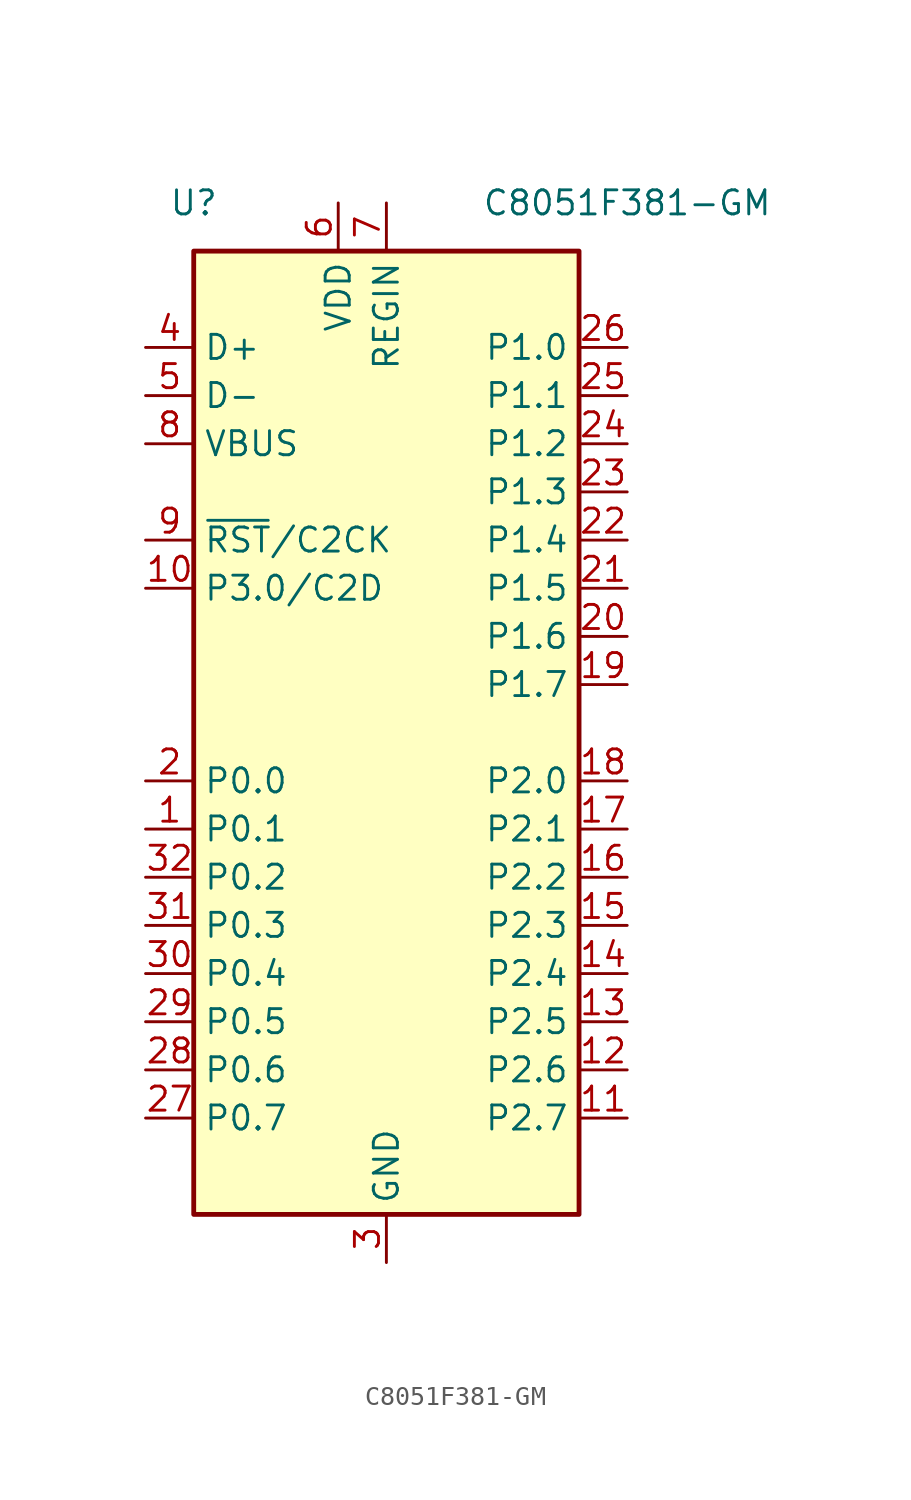
<source format=kicad_sym>
(kicad_symbol_lib
  (version 20211014)
  (generator kicad_symbol_editor)
  (symbol "C8051F381-GM"
    (property "Reference" "U"
      (at -10.16 27.94 0)
      (effects (font (size 1.27 1.27))))
    (property "Value" "C8051F381-GM"
      (at 12.7 27.94 0)
      (effects (font (size 1.27 1.27))))
    (symbol "C8051F381-GM_0_1"
      (rectangle (start -10.16 25.4) (end 10.16 -25.4) (stroke (width 0.254) (type default) (color 0 0 0 0)) (fill (type background))))
    (symbol "C8051F381-GM_1_1"
      (pin bidirectional line (at -12.7 -5.08 0) (length 2.54) (name "P0.1" (effects (font (size 1.27 1.27)))) (number "1" (effects (font (size 1.27 1.27)))))
      (pin bidirectional line (at -12.7 7.62 0) (length 2.54) (name "P3.0/C2D" (effects (font (size 1.27 1.27)))) (number "10" (effects (font (size 1.27 1.27)))))
      (pin bidirectional line (at 12.7 -20.32 180) (length 2.54) (name "P2.7" (effects (font (size 1.27 1.27)))) (number "11" (effects (font (size 1.27 1.27)))))
      (pin bidirectional line (at 12.7 -17.78 180) (length 2.54) (name "P2.6" (effects (font (size 1.27 1.27)))) (number "12" (effects (font (size 1.27 1.27)))))
      (pin bidirectional line (at 12.7 -15.24 180) (length 2.54) (name "P2.5" (effects (font (size 1.27 1.27)))) (number "13" (effects (font (size 1.27 1.27)))))
      (pin bidirectional line (at 12.7 -12.7 180) (length 2.54) (name "P2.4" (effects (font (size 1.27 1.27)))) (number "14" (effects (font (size 1.27 1.27)))))
      (pin bidirectional line (at 12.7 -10.16 180) (length 2.54) (name "P2.3" (effects (font (size 1.27 1.27)))) (number "15" (effects (font (size 1.27 1.27)))))
      (pin bidirectional line (at 12.7 -7.62 180) (length 2.54) (name "P2.2" (effects (font (size 1.27 1.27)))) (number "16" (effects (font (size 1.27 1.27)))))
      (pin bidirectional line (at 12.7 -5.08 180) (length 2.54) (name "P2.1" (effects (font (size 1.27 1.27)))) (number "17" (effects (font (size 1.27 1.27)))))
      (pin bidirectional line (at 12.7 -2.54 180) (length 2.54) (name "P2.0" (effects (font (size 1.27 1.27)))) (number "18" (effects (font (size 1.27 1.27)))))
      (pin bidirectional line (at 12.7 2.54 180) (length 2.54) (name "P1.7" (effects (font (size 1.27 1.27)))) (number "19" (effects (font (size 1.27 1.27)))))
      (pin bidirectional line (at -12.7 -2.54 0) (length 2.54) (name "P0.0" (effects (font (size 1.27 1.27)))) (number "2" (effects (font (size 1.27 1.27)))))
      (pin bidirectional line (at 12.7 5.08 180) (length 2.54) (name "P1.6" (effects (font (size 1.27 1.27)))) (number "20" (effects (font (size 1.27 1.27)))))
      (pin bidirectional line (at 12.7 7.62 180) (length 2.54) (name "P1.5" (effects (font (size 1.27 1.27)))) (number "21" (effects (font (size 1.27 1.27)))))
      (pin bidirectional line (at 12.7 10.16 180) (length 2.54) (name "P1.4" (effects (font (size 1.27 1.27)))) (number "22" (effects (font (size 1.27 1.27)))))
      (pin bidirectional line (at 12.7 12.7 180) (length 2.54) (name "P1.3" (effects (font (size 1.27 1.27)))) (number "23" (effects (font (size 1.27 1.27)))))
      (pin bidirectional line (at 12.7 15.24 180) (length 2.54) (name "P1.2" (effects (font (size 1.27 1.27)))) (number "24" (effects (font (size 1.27 1.27)))))
      (pin bidirectional line (at 12.7 17.78 180) (length 2.54) (name "P1.1" (effects (font (size 1.27 1.27)))) (number "25" (effects (font (size 1.27 1.27)))))
      (pin bidirectional line (at 12.7 20.32 180) (length 2.54) (name "P1.0" (effects (font (size 1.27 1.27)))) (number "26" (effects (font (size 1.27 1.27)))))
      (pin bidirectional line (at -12.7 -20.32 0) (length 2.54) (name "P0.7" (effects (font (size 1.27 1.27)))) (number "27" (effects (font (size 1.27 1.27)))))
      (pin bidirectional line (at -12.7 -17.78 0) (length 2.54) (name "P0.6" (effects (font (size 1.27 1.27)))) (number "28" (effects (font (size 1.27 1.27)))))
      (pin bidirectional line (at -12.7 -15.24 0) (length 2.54) (name "P0.5" (effects (font (size 1.27 1.27)))) (number "29" (effects (font (size 1.27 1.27)))))
      (pin power_in line (at 0 -27.94 90) (length 2.54) (name "GND" (effects (font (size 1.27 1.27)))) (number "3" (effects (font (size 1.27 1.27)))))
      (pin bidirectional line (at -12.7 -12.7 0) (length 2.54) (name "P0.4" (effects (font (size 1.27 1.27)))) (number "30" (effects (font (size 1.27 1.27)))))
      (pin bidirectional line (at -12.7 -10.16 0) (length 2.54) (name "P0.3" (effects (font (size 1.27 1.27)))) (number "31" (effects (font (size 1.27 1.27)))))
      (pin bidirectional line (at -12.7 -7.62 0) (length 2.54) (name "P0.2" (effects (font (size 1.27 1.27)))) (number "32" (effects (font (size 1.27 1.27)))))
      (pin passive line (at 0 -27.94 90) (length 2.54) hide (name "GND" (effects (font (size 1.27 1.27)))) (number "33" (effects (font (size 1.27 1.27)))))
      (pin bidirectional line (at -12.7 20.32 0) (length 2.54) (name "D+" (effects (font (size 1.27 1.27)))) (number "4" (effects (font (size 1.27 1.27)))))
      (pin bidirectional line (at -12.7 17.78 0) (length 2.54) (name "D-" (effects (font (size 1.27 1.27)))) (number "5" (effects (font (size 1.27 1.27)))))
      (pin power_in line (at -2.54 27.94 270) (length 2.54) (name "VDD" (effects (font (size 1.27 1.27)))) (number "6" (effects (font (size 1.27 1.27)))))
      (pin power_in line (at 0 27.94 270) (length 2.54) (name "REGIN" (effects (font (size 1.27 1.27)))) (number "7" (effects (font (size 1.27 1.27)))))
      (pin input line (at -12.7 15.24 0) (length 2.54) (name "VBUS" (effects (font (size 1.27 1.27)))) (number "8" (effects (font (size 1.27 1.27)))))
      (pin input line (at -12.7 10.16 0) (length 2.54) (name "~{RST}/C2CK" (effects (font (size 1.27 1.27)))) (number "9" (effects (font (size 1.27 1.27))))))))
</source>
